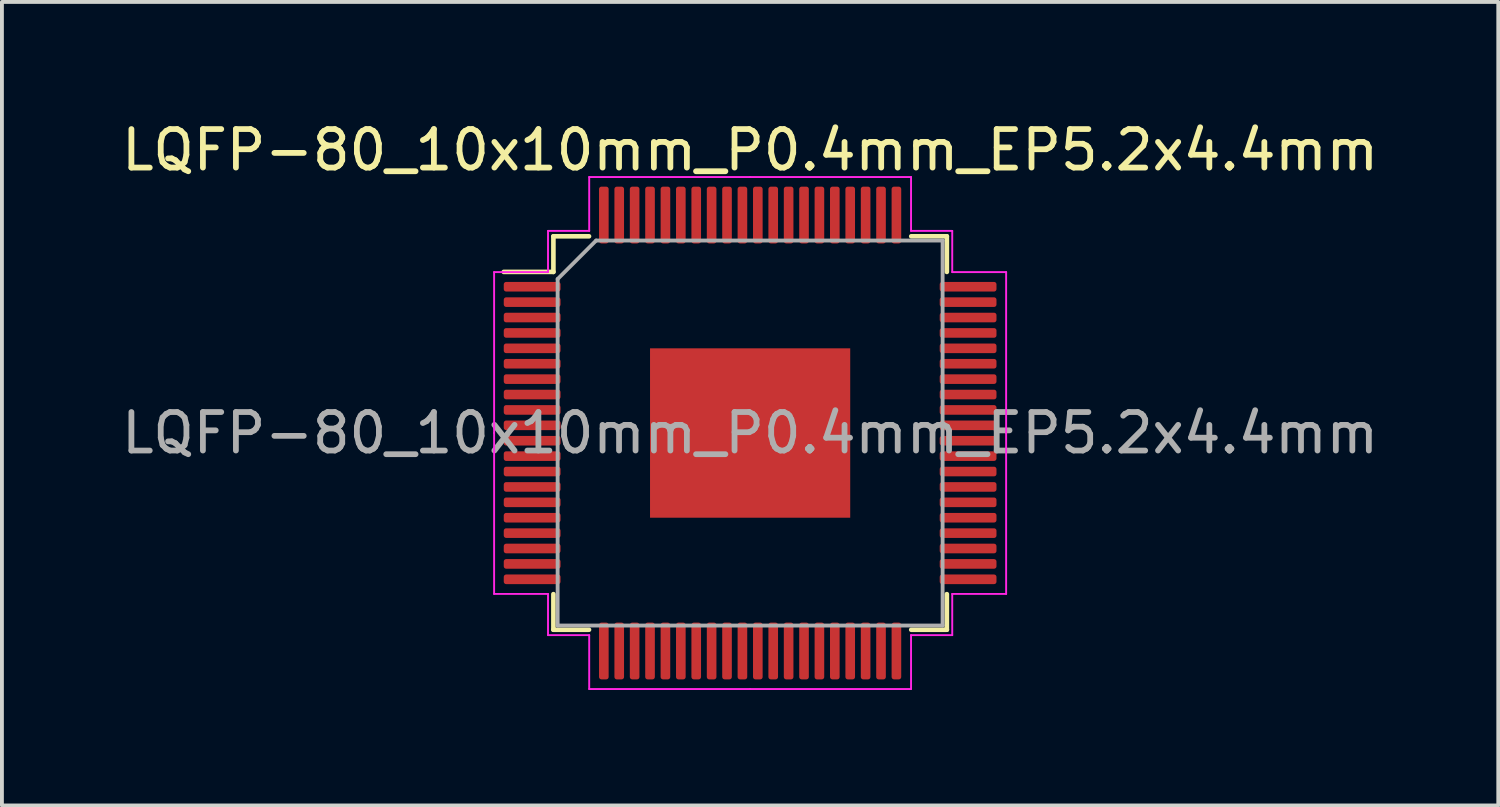
<source format=kicad_pcb>
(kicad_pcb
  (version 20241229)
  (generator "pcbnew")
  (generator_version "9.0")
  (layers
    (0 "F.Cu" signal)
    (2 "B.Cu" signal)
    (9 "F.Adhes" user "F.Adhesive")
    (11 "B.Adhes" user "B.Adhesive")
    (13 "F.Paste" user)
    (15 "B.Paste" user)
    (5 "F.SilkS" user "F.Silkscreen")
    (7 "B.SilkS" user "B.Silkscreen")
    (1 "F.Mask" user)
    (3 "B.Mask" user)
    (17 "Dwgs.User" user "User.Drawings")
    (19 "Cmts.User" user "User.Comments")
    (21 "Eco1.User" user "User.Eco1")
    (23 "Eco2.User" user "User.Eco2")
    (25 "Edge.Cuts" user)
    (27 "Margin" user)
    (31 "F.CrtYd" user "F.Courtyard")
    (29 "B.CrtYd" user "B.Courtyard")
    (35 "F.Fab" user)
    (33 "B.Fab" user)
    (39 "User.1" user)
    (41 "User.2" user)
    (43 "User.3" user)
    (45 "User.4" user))
  (footprint "LQFP-80_10x10mm_P0.4mm_EP5.2x4.4mm"
    (layer "F.Cu")
    (at 16.435 8.198)
    (property "Reference" "LQFP-80_10x10mm_P0.4mm_EP5.2x4.4mm" (at 0 -7.35 0) (layer "F.SilkS") (effects (font (size 1 1) (thickness 0.15))))
    (attr smd)
    (fp_line (start -5.11 -5.11) (end -5.11 -4.185) (stroke (width 0.12) (type solid)) (layer "F.SilkS"))
    (fp_line (start -5.11 -4.185) (end -6.4 -4.185) (stroke (width 0.12) (type solid)) (layer "F.SilkS"))
    (fp_line (start -5.11 5.11) (end -5.11 4.185) (stroke (width 0.12) (type solid)) (layer "F.SilkS"))
    (fp_line (start -4.185 -5.11) (end -5.11 -5.11) (stroke (width 0.12) (type solid)) (layer "F.SilkS"))
    (fp_line (start -4.185 5.11) (end -5.11 5.11) (stroke (width 0.12) (type solid)) (layer "F.SilkS"))
    (fp_line (start 4.185 -5.11) (end 5.11 -5.11) (stroke (width 0.12) (type solid)) (layer "F.SilkS"))
    (fp_line (start 4.185 5.11) (end 5.11 5.11) (stroke (width 0.12) (type solid)) (layer "F.SilkS"))
    (fp_line (start 5.11 -5.11) (end 5.11 -4.185) (stroke (width 0.12) (type solid)) (layer "F.SilkS"))
    (fp_line (start 5.11 5.11) (end 5.11 4.185) (stroke (width 0.12) (type solid)) (layer "F.SilkS"))
    (fp_line (start -6.65 -4.18) (end -6.65 0) (stroke (width 0.05) (type solid)) (layer "F.CrtYd"))
    (fp_line (start -6.65 4.18) (end -6.65 0) (stroke (width 0.05) (type solid)) (layer "F.CrtYd"))
    (fp_line (start -5.25 -5.25) (end -5.25 -4.18) (stroke (width 0.05) (type solid)) (layer "F.CrtYd"))
    (fp_line (start -5.25 -4.18) (end -6.65 -4.18) (stroke (width 0.05) (type solid)) (layer "F.CrtYd"))
    (fp_line (start -5.25 4.18) (end -6.65 4.18) (stroke (width 0.05) (type solid)) (layer "F.CrtYd"))
    (fp_line (start -5.25 5.25) (end -5.25 4.18) (stroke (width 0.05) (type solid)) (layer "F.CrtYd"))
    (fp_line (start -4.18 -6.65) (end -4.18 -5.25) (stroke (width 0.05) (type solid)) (layer "F.CrtYd"))
    (fp_line (start -4.18 -5.25) (end -5.25 -5.25) (stroke (width 0.05) (type solid)) (layer "F.CrtYd"))
    (fp_line (start -4.18 5.25) (end -5.25 5.25) (stroke (width 0.05) (type solid)) (layer "F.CrtYd"))
    (fp_line (start -4.18 6.65) (end -4.18 5.25) (stroke (width 0.05) (type solid)) (layer "F.CrtYd"))
    (fp_line (start 0 -6.65) (end -4.18 -6.65) (stroke (width 0.05) (type solid)) (layer "F.CrtYd"))
    (fp_line (start 0 -6.65) (end 4.18 -6.65) (stroke (width 0.05) (type solid)) (layer "F.CrtYd"))
    (fp_line (start 0 6.65) (end -4.18 6.65) (stroke (width 0.05) (type solid)) (layer "F.CrtYd"))
    (fp_line (start 0 6.65) (end 4.18 6.65) (stroke (width 0.05) (type solid)) (layer "F.CrtYd"))
    (fp_line (start 4.18 -6.65) (end 4.18 -5.25) (stroke (width 0.05) (type solid)) (layer "F.CrtYd"))
    (fp_line (start 4.18 -5.25) (end 5.25 -5.25) (stroke (width 0.05) (type solid)) (layer "F.CrtYd"))
    (fp_line (start 4.18 5.25) (end 5.25 5.25) (stroke (width 0.05) (type solid)) (layer "F.CrtYd"))
    (fp_line (start 4.18 6.65) (end 4.18 5.25) (stroke (width 0.05) (type solid)) (layer "F.CrtYd"))
    (fp_line (start 5.25 -5.25) (end 5.25 -4.18) (stroke (width 0.05) (type solid)) (layer "F.CrtYd"))
    (fp_line (start 5.25 -4.18) (end 6.65 -4.18) (stroke (width 0.05) (type solid)) (layer "F.CrtYd"))
    (fp_line (start 5.25 4.18) (end 6.65 4.18) (stroke (width 0.05) (type solid)) (layer "F.CrtYd"))
    (fp_line (start 5.25 5.25) (end 5.25 4.18) (stroke (width 0.05) (type solid)) (layer "F.CrtYd"))
    (fp_line (start 6.65 -4.18) (end 6.65 0) (stroke (width 0.05) (type solid)) (layer "F.CrtYd"))
    (fp_line (start 6.65 4.18) (end 6.65 0) (stroke (width 0.05) (type solid)) (layer "F.CrtYd"))
    (fp_line (start -5 -4) (end -4 -5) (stroke (width 0.1) (type solid)) (layer "F.Fab"))
    (fp_line (start -5 5) (end -5 -4) (stroke (width 0.1) (type solid)) (layer "F.Fab"))
    (fp_line (start -4 -5) (end 5 -5) (stroke (width 0.1) (type solid)) (layer "F.Fab"))
    (fp_line (start 5 -5) (end 5 5) (stroke (width 0.1) (type solid)) (layer "F.Fab"))
    (fp_line (start 5 5) (end -5 5) (stroke (width 0.1) (type solid)) (layer "F.Fab"))
    (fp_text user "${REFERENCE}" (at 0 0 0) (layer "F.Fab") (effects (font (size 1 1) (thickness 0.15))))
    (pad "" smd roundrect (at -1.95 -1.65) (size 1.1 0.9) (layers "F.Cu" "F.Paste") (roundrect_rratio 0.25))
    (pad "" smd roundrect (at -1.95 -0.55) (size 1.1 0.9) (layers "F.Cu" "F.Paste") (roundrect_rratio 0.25))
    (pad "" smd roundrect (at -1.95 0.55) (size 1.1 0.9) (layers "F.Cu" "F.Paste") (roundrect_rratio 0.25))
    (pad "" smd roundrect (at -1.95 1.65) (size 1.1 0.9) (layers "F.Cu" "F.Paste") (roundrect_rratio 0.25))
    (pad "" smd roundrect (at -0.65 -1.65) (size 1.1 0.9) (layers "F.Cu" "F.Paste") (roundrect_rratio 0.25))
    (pad "" smd roundrect (at -0.65 -0.55) (size 1.1 0.9) (layers "F.Cu" "F.Paste") (roundrect_rratio 0.25))
    (pad "" smd roundrect (at -0.65 0.55) (size 1.1 0.9) (layers "F.Cu" "F.Paste") (roundrect_rratio 0.25))
    (pad "" smd roundrect (at -0.65 1.65) (size 1.1 0.9) (layers "F.Cu" "F.Paste") (roundrect_rratio 0.25))
    (pad "" smd roundrect (at 0.65 -1.65) (size 1.1 0.9) (layers "F.Cu" "F.Paste") (roundrect_rratio 0.25))
    (pad "" smd roundrect (at 0.65 -0.55) (size 1.1 0.9) (layers "F.Cu" "F.Paste") (roundrect_rratio 0.25))
    (pad "" smd roundrect (at 0.65 0.55) (size 1.1 0.9) (layers "F.Cu" "F.Paste") (roundrect_rratio 0.25))
    (pad "" smd roundrect (at 0.65 1.65) (size 1.1 0.9) (layers "F.Cu" "F.Paste") (roundrect_rratio 0.25))
    (pad "" smd roundrect (at 1.95 -1.65) (size 1.1 0.9) (layers "F.Cu" "F.Paste") (roundrect_rratio 0.25))
    (pad "" smd roundrect (at 1.95 -0.55) (size 1.1 0.9) (layers "F.Cu" "F.Paste") (roundrect_rratio 0.25))
    (pad "" smd roundrect (at 1.95 0.55) (size 1.1 0.9) (layers "F.Cu" "F.Paste") (roundrect_rratio 0.25))
    (pad "" smd roundrect (at 1.95 1.65) (size 1.1 0.9) (layers "F.Cu" "F.Paste") (roundrect_rratio 0.25))
    (pad "1" smd roundrect (at -5.662 -3.8) (size 1.475 0.25) (layers "F.Cu" "F.Mask" "F.Paste") (roundrect_rratio 0.25))
    (pad "2" smd roundrect (at -5.662 -3.4) (size 1.475 0.25) (layers "F.Cu" "F.Mask" "F.Paste") (roundrect_rratio 0.25))
    (pad "3" smd roundrect (at -5.662 -3) (size 1.475 0.25) (layers "F.Cu" "F.Mask" "F.Paste") (roundrect_rratio 0.25))
    (pad "4" smd roundrect (at -5.662 -2.6) (size 1.475 0.25) (layers "F.Cu" "F.Mask" "F.Paste") (roundrect_rratio 0.25))
    (pad "5" smd roundrect (at -5.662 -2.2) (size 1.475 0.25) (layers "F.Cu" "F.Mask" "F.Paste") (roundrect_rratio 0.25))
    (pad "6" smd roundrect (at -5.662 -1.8) (size 1.475 0.25) (layers "F.Cu" "F.Mask" "F.Paste") (roundrect_rratio 0.25))
    (pad "7" smd roundrect (at -5.662 -1.4) (size 1.475 0.25) (layers "F.Cu" "F.Mask" "F.Paste") (roundrect_rratio 0.25))
    (pad "8" smd roundrect (at -5.662 -1) (size 1.475 0.25) (layers "F.Cu" "F.Mask" "F.Paste") (roundrect_rratio 0.25))
    (pad "9" smd roundrect (at -5.662 -0.6) (size 1.475 0.25) (layers "F.Cu" "F.Mask" "F.Paste") (roundrect_rratio 0.25))
    (pad "10" smd roundrect (at -5.662 -0.2) (size 1.475 0.25) (layers "F.Cu" "F.Mask" "F.Paste") (roundrect_rratio 0.25))
    (pad "11" smd roundrect (at -5.662 0.2) (size 1.475 0.25) (layers "F.Cu" "F.Mask" "F.Paste") (roundrect_rratio 0.25))
    (pad "12" smd roundrect (at -5.662 0.6) (size 1.475 0.25) (layers "F.Cu" "F.Mask" "F.Paste") (roundrect_rratio 0.25))
    (pad "13" smd roundrect (at -5.662 1) (size 1.475 0.25) (layers "F.Cu" "F.Mask" "F.Paste") (roundrect_rratio 0.25))
    (pad "14" smd roundrect (at -5.662 1.4) (size 1.475 0.25) (layers "F.Cu" "F.Mask" "F.Paste") (roundrect_rratio 0.25))
    (pad "15" smd roundrect (at -5.662 1.8) (size 1.475 0.25) (layers "F.Cu" "F.Mask" "F.Paste") (roundrect_rratio 0.25))
    (pad "16" smd roundrect (at -5.662 2.2) (size 1.475 0.25) (layers "F.Cu" "F.Mask" "F.Paste") (roundrect_rratio 0.25))
    (pad "17" smd roundrect (at -5.662 2.6) (size 1.475 0.25) (layers "F.Cu" "F.Mask" "F.Paste") (roundrect_rratio 0.25))
    (pad "18" smd roundrect (at -5.662 3) (size 1.475 0.25) (layers "F.Cu" "F.Mask" "F.Paste") (roundrect_rratio 0.25))
    (pad "19" smd roundrect (at -5.662 3.4) (size 1.475 0.25) (layers "F.Cu" "F.Mask" "F.Paste") (roundrect_rratio 0.25))
    (pad "20" smd roundrect (at -5.662 3.8) (size 1.475 0.25) (layers "F.Cu" "F.Mask" "F.Paste") (roundrect_rratio 0.25))
    (pad "21" smd roundrect (at -3.8 5.662) (size 0.25 1.475) (layers "F.Cu" "F.Mask" "F.Paste") (roundrect_rratio 0.25))
    (pad "22" smd roundrect (at -3.4 5.662) (size 0.25 1.475) (layers "F.Cu" "F.Mask" "F.Paste") (roundrect_rratio 0.25))
    (pad "23" smd roundrect (at -3 5.662) (size 0.25 1.475) (layers "F.Cu" "F.Mask" "F.Paste") (roundrect_rratio 0.25))
    (pad "24" smd roundrect (at -2.6 5.662) (size 0.25 1.475) (layers "F.Cu" "F.Mask" "F.Paste") (roundrect_rratio 0.25))
    (pad "25" smd roundrect (at -2.2 5.662) (size 0.25 1.475) (layers "F.Cu" "F.Mask" "F.Paste") (roundrect_rratio 0.25))
    (pad "26" smd roundrect (at -1.8 5.662) (size 0.25 1.475) (layers "F.Cu" "F.Mask" "F.Paste") (roundrect_rratio 0.25))
    (pad "27" smd roundrect (at -1.4 5.662) (size 0.25 1.475) (layers "F.Cu" "F.Mask" "F.Paste") (roundrect_rratio 0.25))
    (pad "28" smd roundrect (at -1 5.662) (size 0.25 1.475) (layers "F.Cu" "F.Mask" "F.Paste") (roundrect_rratio 0.25))
    (pad "29" smd roundrect (at -0.6 5.662) (size 0.25 1.475) (layers "F.Cu" "F.Mask" "F.Paste") (roundrect_rratio 0.25))
    (pad "30" smd roundrect (at -0.2 5.662) (size 0.25 1.475) (layers "F.Cu" "F.Mask" "F.Paste") (roundrect_rratio 0.25))
    (pad "31" smd roundrect (at 0.2 5.662) (size 0.25 1.475) (layers "F.Cu" "F.Mask" "F.Paste") (roundrect_rratio 0.25))
    (pad "32" smd roundrect (at 0.6 5.662) (size 0.25 1.475) (layers "F.Cu" "F.Mask" "F.Paste") (roundrect_rratio 0.25))
    (pad "33" smd roundrect (at 1 5.662) (size 0.25 1.475) (layers "F.Cu" "F.Mask" "F.Paste") (roundrect_rratio 0.25))
    (pad "34" smd roundrect (at 1.4 5.662) (size 0.25 1.475) (layers "F.Cu" "F.Mask" "F.Paste") (roundrect_rratio 0.25))
    (pad "35" smd roundrect (at 1.8 5.662) (size 0.25 1.475) (layers "F.Cu" "F.Mask" "F.Paste") (roundrect_rratio 0.25))
    (pad "36" smd roundrect (at 2.2 5.662) (size 0.25 1.475) (layers "F.Cu" "F.Mask" "F.Paste") (roundrect_rratio 0.25))
    (pad "37" smd roundrect (at 2.6 5.662) (size 0.25 1.475) (layers "F.Cu" "F.Mask" "F.Paste") (roundrect_rratio 0.25))
    (pad "38" smd roundrect (at 3 5.662) (size 0.25 1.475) (layers "F.Cu" "F.Mask" "F.Paste") (roundrect_rratio 0.25))
    (pad "39" smd roundrect (at 3.4 5.662) (size 0.25 1.475) (layers "F.Cu" "F.Mask" "F.Paste") (roundrect_rratio 0.25))
    (pad "40" smd roundrect (at 3.8 5.662) (size 0.25 1.475) (layers "F.Cu" "F.Mask" "F.Paste") (roundrect_rratio 0.25))
    (pad "41" smd roundrect (at 5.662 3.8) (size 1.475 0.25) (layers "F.Cu" "F.Mask" "F.Paste") (roundrect_rratio 0.25))
    (pad "42" smd roundrect (at 5.662 3.4) (size 1.475 0.25) (layers "F.Cu" "F.Mask" "F.Paste") (roundrect_rratio 0.25))
    (pad "43" smd roundrect (at 5.662 3) (size 1.475 0.25) (layers "F.Cu" "F.Mask" "F.Paste") (roundrect_rratio 0.25))
    (pad "44" smd roundrect (at 5.662 2.6) (size 1.475 0.25) (layers "F.Cu" "F.Mask" "F.Paste") (roundrect_rratio 0.25))
    (pad "45" smd roundrect (at 5.662 2.2) (size 1.475 0.25) (layers "F.Cu" "F.Mask" "F.Paste") (roundrect_rratio 0.25))
    (pad "46" smd roundrect (at 5.662 1.8) (size 1.475 0.25) (layers "F.Cu" "F.Mask" "F.Paste") (roundrect_rratio 0.25))
    (pad "47" smd roundrect (at 5.662 1.4) (size 1.475 0.25) (layers "F.Cu" "F.Mask" "F.Paste") (roundrect_rratio 0.25))
    (pad "48" smd roundrect (at 5.662 1) (size 1.475 0.25) (layers "F.Cu" "F.Mask" "F.Paste") (roundrect_rratio 0.25))
    (pad "49" smd roundrect (at 5.662 0.6) (size 1.475 0.25) (layers "F.Cu" "F.Mask" "F.Paste") (roundrect_rratio 0.25))
    (pad "50" smd roundrect (at 5.662 0.2) (size 1.475 0.25) (layers "F.Cu" "F.Mask" "F.Paste") (roundrect_rratio 0.25))
    (pad "51" smd roundrect (at 5.662 -0.2) (size 1.475 0.25) (layers "F.Cu" "F.Mask" "F.Paste") (roundrect_rratio 0.25))
    (pad "52" smd roundrect (at 5.662 -0.6) (size 1.475 0.25) (layers "F.Cu" "F.Mask" "F.Paste") (roundrect_rratio 0.25))
    (pad "53" smd roundrect (at 5.662 -1) (size 1.475 0.25) (layers "F.Cu" "F.Mask" "F.Paste") (roundrect_rratio 0.25))
    (pad "54" smd roundrect (at 5.662 -1.4) (size 1.475 0.25) (layers "F.Cu" "F.Mask" "F.Paste") (roundrect_rratio 0.25))
    (pad "55" smd roundrect (at 5.662 -1.8) (size 1.475 0.25) (layers "F.Cu" "F.Mask" "F.Paste") (roundrect_rratio 0.25))
    (pad "56" smd roundrect (at 5.662 -2.2) (size 1.475 0.25) (layers "F.Cu" "F.Mask" "F.Paste") (roundrect_rratio 0.25))
    (pad "57" smd roundrect (at 5.662 -2.6) (size 1.475 0.25) (layers "F.Cu" "F.Mask" "F.Paste") (roundrect_rratio 0.25))
    (pad "58" smd roundrect (at 5.662 -3) (size 1.475 0.25) (layers "F.Cu" "F.Mask" "F.Paste") (roundrect_rratio 0.25))
    (pad "59" smd roundrect (at 5.662 -3.4) (size 1.475 0.25) (layers "F.Cu" "F.Mask" "F.Paste") (roundrect_rratio 0.25))
    (pad "60" smd roundrect (at 5.662 -3.8) (size 1.475 0.25) (layers "F.Cu" "F.Mask" "F.Paste") (roundrect_rratio 0.25))
    (pad "61" smd roundrect (at 3.8 -5.662) (size 0.25 1.475) (layers "F.Cu" "F.Mask" "F.Paste") (roundrect_rratio 0.25))
    (pad "62" smd roundrect (at 3.4 -5.662) (size 0.25 1.475) (layers "F.Cu" "F.Mask" "F.Paste") (roundrect_rratio 0.25))
    (pad "63" smd roundrect (at 3 -5.662) (size 0.25 1.475) (layers "F.Cu" "F.Mask" "F.Paste") (roundrect_rratio 0.25))
    (pad "64" smd roundrect (at 2.6 -5.662) (size 0.25 1.475) (layers "F.Cu" "F.Mask" "F.Paste") (roundrect_rratio 0.25))
    (pad "65" smd roundrect (at 2.2 -5.662) (size 0.25 1.475) (layers "F.Cu" "F.Mask" "F.Paste") (roundrect_rratio 0.25))
    (pad "66" smd roundrect (at 1.8 -5.662) (size 0.25 1.475) (layers "F.Cu" "F.Mask" "F.Paste") (roundrect_rratio 0.25))
    (pad "67" smd roundrect (at 1.4 -5.662) (size 0.25 1.475) (layers "F.Cu" "F.Mask" "F.Paste") (roundrect_rratio 0.25))
    (pad "68" smd roundrect (at 1 -5.662) (size 0.25 1.475) (layers "F.Cu" "F.Mask" "F.Paste") (roundrect_rratio 0.25))
    (pad "69" smd roundrect (at 0.6 -5.662) (size 0.25 1.475) (layers "F.Cu" "F.Mask" "F.Paste") (roundrect_rratio 0.25))
    (pad "70" smd roundrect (at 0.2 -5.662) (size 0.25 1.475) (layers "F.Cu" "F.Mask" "F.Paste") (roundrect_rratio 0.25))
    (pad "71" smd roundrect (at -0.2 -5.662) (size 0.25 1.475) (layers "F.Cu" "F.Mask" "F.Paste") (roundrect_rratio 0.25))
    (pad "72" smd roundrect (at -0.6 -5.662) (size 0.25 1.475) (layers "F.Cu" "F.Mask" "F.Paste") (roundrect_rratio 0.25))
    (pad "73" smd roundrect (at -1 -5.662) (size 0.25 1.475) (layers "F.Cu" "F.Mask" "F.Paste") (roundrect_rratio 0.25))
    (pad "74" smd roundrect (at -1.4 -5.662) (size 0.25 1.475) (layers "F.Cu" "F.Mask" "F.Paste") (roundrect_rratio 0.25))
    (pad "75" smd roundrect (at -1.8 -5.662) (size 0.25 1.475) (layers "F.Cu" "F.Mask" "F.Paste") (roundrect_rratio 0.25))
    (pad "76" smd roundrect (at -2.2 -5.662) (size 0.25 1.475) (layers "F.Cu" "F.Mask" "F.Paste") (roundrect_rratio 0.25))
    (pad "77" smd roundrect (at -2.6 -5.662) (size 0.25 1.475) (layers "F.Cu" "F.Mask" "F.Paste") (roundrect_rratio 0.25))
    (pad "78" smd roundrect (at -3 -5.662) (size 0.25 1.475) (layers "F.Cu" "F.Mask" "F.Paste") (roundrect_rratio 0.25))
    (pad "79" smd roundrect (at -3.4 -5.662) (size 0.25 1.475) (layers "F.Cu" "F.Mask" "F.Paste") (roundrect_rratio 0.25))
    (pad "80" smd roundrect (at -3.8 -5.662) (size 0.25 1.475) (layers "F.Cu" "F.Mask" "F.Paste") (roundrect_rratio 0.25))
    (pad "81" smd rect (at 0 0) (size 5.2 4.4) (layers "F.Cu" "F.Mask")))
  (gr_rect
    (start -3 -3)
    (end 35.869 17.873)
    (stroke (width 0.1) (type default))
    (fill no)
    (layer "Edge.Cuts")))
</source>
